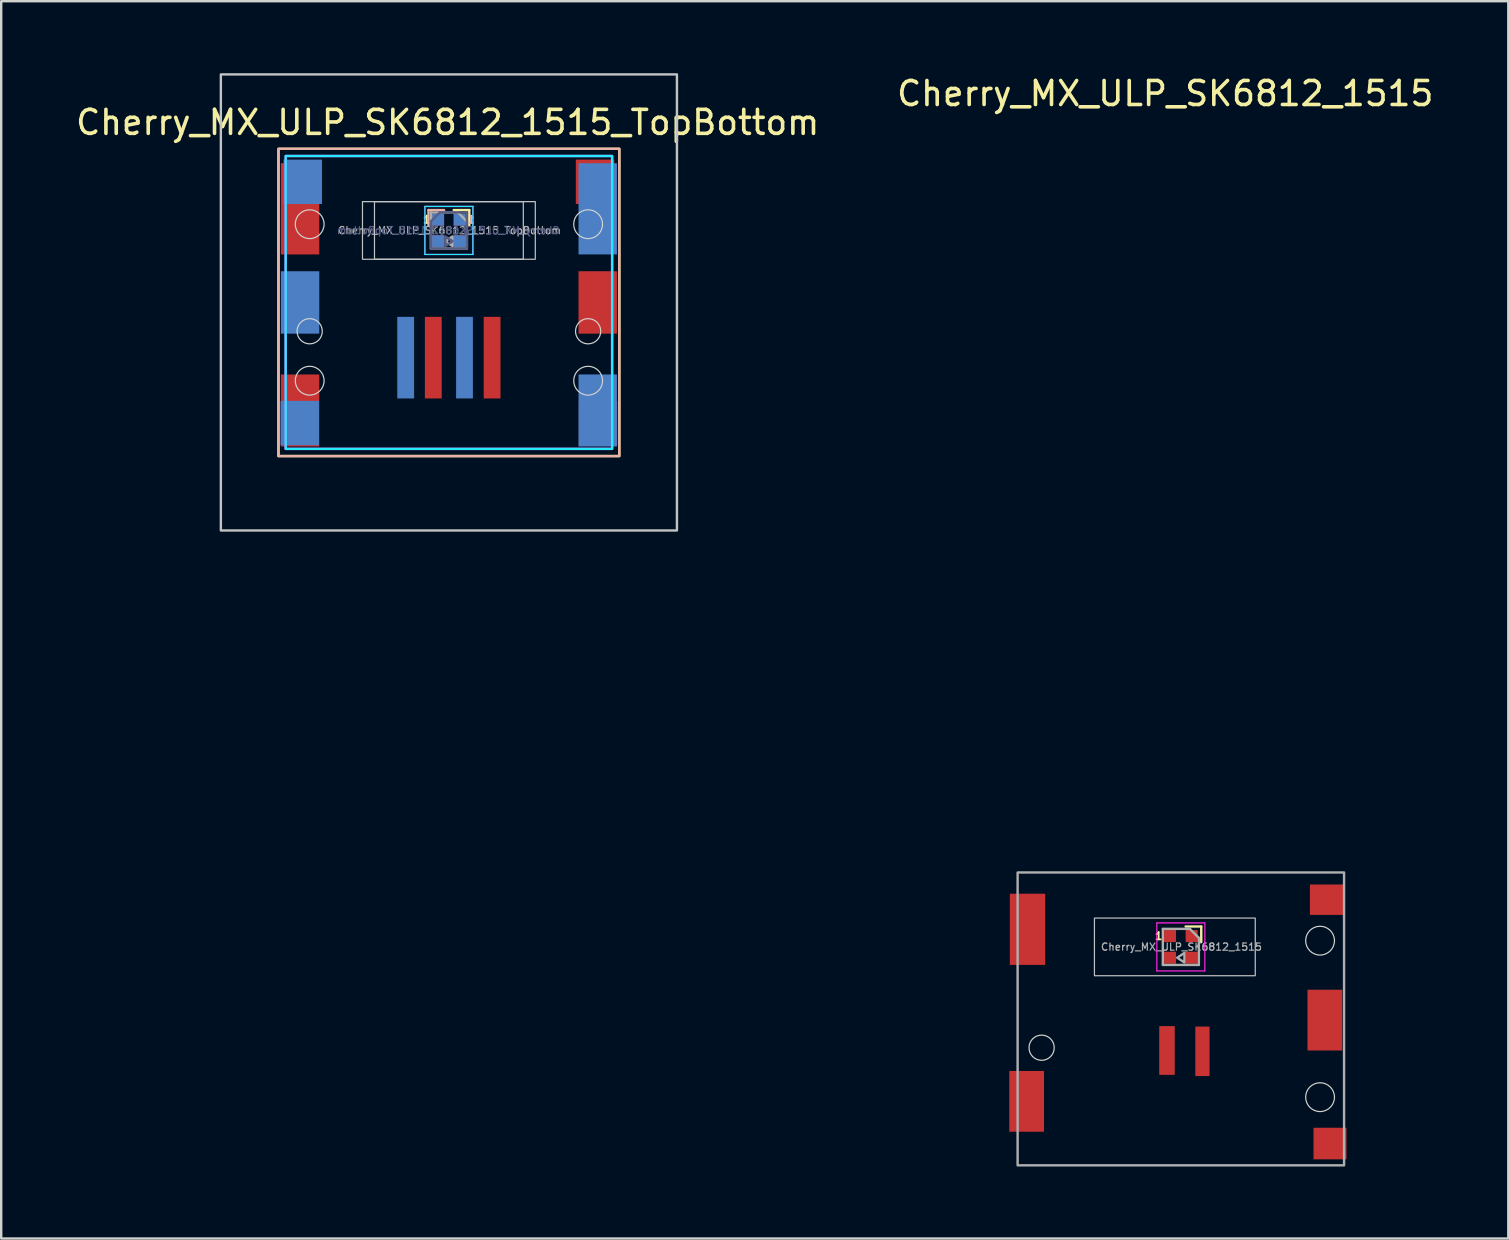
<source format=kicad_pcb>
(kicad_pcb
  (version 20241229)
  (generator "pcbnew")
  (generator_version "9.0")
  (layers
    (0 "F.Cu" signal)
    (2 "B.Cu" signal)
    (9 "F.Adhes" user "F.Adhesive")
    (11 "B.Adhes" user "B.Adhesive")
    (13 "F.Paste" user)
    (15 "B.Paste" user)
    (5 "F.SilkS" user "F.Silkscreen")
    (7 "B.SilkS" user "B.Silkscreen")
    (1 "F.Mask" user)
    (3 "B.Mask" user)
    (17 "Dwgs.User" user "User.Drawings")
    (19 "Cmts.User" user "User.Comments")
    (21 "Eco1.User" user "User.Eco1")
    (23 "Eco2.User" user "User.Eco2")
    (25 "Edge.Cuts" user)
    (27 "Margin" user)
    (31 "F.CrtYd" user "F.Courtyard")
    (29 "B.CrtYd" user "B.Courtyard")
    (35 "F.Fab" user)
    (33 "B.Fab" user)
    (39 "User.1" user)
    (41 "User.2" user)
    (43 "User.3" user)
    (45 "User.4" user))
  (footprint "Cherry_MX_ULP_SK6812_1515_TopBottom"
    (layer "F.Cu")
    (at 15.651 9.55)
    (property "Reference" "Cherry_MX_ULP_SK6812_1515_TopBottom" (at -0.05 -7.5 0) (unlocked yes) (layer "F.SilkS") (effects (font (size 1 1) (thickness 0.15))))
    (attr smd)
    (fp_line (start 0.85 -3.85) (end 0.2 -3.85) (stroke (width 0.1) (type solid)) (layer "F.SilkS"))
    (fp_line (start 0.85 -3.2) (end 0.85 -3.85) (stroke (width 0.1) (type solid)) (layer "F.SilkS"))
    (fp_rect (start -7.1 -6.4) (end 7.1 6.4) (stroke (width 0.1) (type solid)) (fill no) (layer "F.SilkS"))
    (fp_line (start -0.85 -3.85) (end -0.2 -3.85) (stroke (width 0.1) (type solid)) (layer "B.SilkS"))
    (fp_line (start -0.85 -3.2) (end -0.85 -3.85) (stroke (width 0.1) (type solid)) (layer "B.SilkS"))
    (fp_rect (start 7.1 -6.4) (end -7.1 6.4) (stroke (width 0.1) (type solid)) (fill no) (layer "B.SilkS"))
    (fp_rect (start -9.5 -9.5) (end 9.5 9.5) (stroke (width 0.1) (type solid)) (fill no) (layer "Dwgs.User"))
    (fp_rect (start -3.6 -1.8) (end 3.1 -4.2) (stroke (width 0.05) (type solid)) (fill no) (layer "Dwgs.User"))
    (fp_rect (start 3.6 -1.8) (end -3.1 -4.2) (stroke (width 0.05) (type solid)) (fill no) (layer "Dwgs.User"))
    (fp_rect (start -7.5 -7.5) (end 7.5 7.5) (stroke (width 0.12) (type solid)) (fill no) (layer "Eco1.User"))
    (fp_circle (center -5.8 -3.26) (end -6.4 -3.26) (stroke (width 0.05) (type solid)) (fill no) (layer "Edge.Cuts"))
    (fp_circle (center -5.8 1.2) (end -5.275 1.2) (stroke (width 0.05) (type solid)) (fill no) (layer "Edge.Cuts"))
    (fp_circle (center -5.8 3.26) (end -6.4 3.26) (stroke (width 0.05) (type solid)) (fill no) (layer "Edge.Cuts"))
    (fp_circle (center 5.8 -3.26) (end 6.4 -3.26) (stroke (width 0.05) (type solid)) (fill no) (layer "Edge.Cuts"))
    (fp_circle (center 5.8 1.2) (end 5.275 1.2) (stroke (width 0.05) (type solid)) (fill no) (layer "Edge.Cuts"))
    (fp_circle (center 5.8 3.26) (end 6.4 3.26) (stroke (width 0.05) (type solid)) (fill no) (layer "Edge.Cuts"))
    (fp_line (start -1 -4) (end -1 -2) (stroke (width 0.05) (type solid)) (layer "B.CrtYd"))
    (fp_line (start -1 -2) (end 1 -2) (stroke (width 0.05) (type solid)) (layer "B.CrtYd"))
    (fp_line (start 1 -4) (end -1 -4) (stroke (width 0.05) (type solid)) (layer "B.CrtYd"))
    (fp_line (start 1 -2) (end 1 -4) (stroke (width 0.05) (type solid)) (layer "B.CrtYd"))
    (fp_rect (start 6.8 -6.1) (end -6.8 6.1) (stroke (width 0.1) (type solid)) (fill no) (layer "B.CrtYd"))
    (fp_line (start -1 -4) (end 1 -4) (stroke (width 0.05) (type solid)) (layer "F.CrtYd"))
    (fp_line (start -1 -2) (end -1 -4) (stroke (width 0.05) (type solid)) (layer "F.CrtYd"))
    (fp_line (start 1 -4) (end 1 -2) (stroke (width 0.05) (type solid)) (layer "F.CrtYd"))
    (fp_line (start 1 -2) (end -1 -2) (stroke (width 0.05) (type solid)) (layer "F.CrtYd"))
    (fp_rect (start -6.8 -6.1) (end 6.8 6.1) (stroke (width 0.1) (type solid)) (fill no) (layer "F.CrtYd"))
    (fp_line (start -0.75 -3.375) (end -0.75 -2.25) (stroke (width 0.1) (type solid)) (layer "B.Fab"))
    (fp_line (start -0.75 -2.25) (end 0.75 -2.25) (stroke (width 0.1) (type solid)) (layer "B.Fab"))
    (fp_line (start -0.375 -3.75) (end -0.75 -3.375) (stroke (width 0.1) (type solid)) (layer "B.Fab"))
    (fp_line (start 0.75 -3.75) (end -0.375 -3.75) (stroke (width 0.1) (type solid)) (layer "B.Fab"))
    (fp_line (start 0.75 -2.25) (end 0.75 -3.75) (stroke (width 0.1) (type solid)) (layer "B.Fab"))
    (fp_poly (pts (xy -0.15 -2.75) (xy 0.15 -2.55) (xy -0.15 -2.35)) (stroke (width 0.1) (type solid)) (fill no) (layer "B.Fab"))
    (fp_line (start -0.75 -3.75) (end 0.375 -3.75) (stroke (width 0.1) (type solid)) (layer "F.Fab"))
    (fp_line (start -0.75 -2.25) (end -0.75 -3.75) (stroke (width 0.1) (type solid)) (layer "F.Fab"))
    (fp_line (start 0.375 -3.75) (end 0.75 -3.375) (stroke (width 0.1) (type solid)) (layer "F.Fab"))
    (fp_line (start 0.75 -3.375) (end 0.75 -2.25) (stroke (width 0.1) (type solid)) (layer "F.Fab"))
    (fp_line (start 0.75 -2.25) (end -0.75 -2.25) (stroke (width 0.1) (type solid)) (layer "F.Fab"))
    (fp_poly (pts (xy 0.15 -2.75) (xy -0.15 -2.55) (xy 0.15 -2.35)) (stroke (width 0.1) (type solid)) (fill no) (layer "F.Fab"))
    (fp_text user "1" (at -0.925 -3.45 0) (layer "F.SilkS") (effects (font (size 0.3 0.3) (thickness 0.075))))
    (fp_text user "1" (at 0.925 -3.45 0) (layer "B.SilkS") (effects (font (size 0.3 0.3) (thickness 0.075)) (justify mirror)))
    (fp_text user "Keycap" (at -5.9 -7 0) (unlocked yes) (layer "Eco1.User") (effects (font (size 0.5 0.5) (thickness 0.1))))
    (fp_text user "${REFERENCE}" (at -0.025 -3 0) (layer "B.Fab") (effects (font (size 0.3 0.3) (thickness 0.05)) (justify mirror)))
    (fp_text user "${REFERENCE}" (at 0.025 -3 0) (layer "F.Fab") (effects (font (size 0.3 0.3) (thickness 0.05))))
    (pad "1" smd rect (at -0.45 -3.45) (size 0.5 0.5) (layers "F.Cu" "F.Mask" "F.Paste"))
    (pad "1" smd rect (at 0.45 -3.45) (size 0.5 0.5) (layers "B.Cu" "B.Mask" "B.Paste"))
    (pad "2" smd rect (at -0.45 -2.55) (size 0.5 0.5) (layers "F.Cu" "F.Mask" "F.Paste"))
    (pad "2" smd rect (at 0.45 -2.55) (size 0.5 0.5) (layers "B.Cu" "B.Mask" "B.Paste"))
    (pad "3" smd rect (at -0.45 -2.55) (size 0.5 0.5) (layers "B.Cu" "B.Mask" "B.Paste"))
    (pad "3" smd rect (at 0.45 -2.55) (size 0.5 0.5) (layers "F.Cu" "F.Mask" "F.Paste"))
    (pad "4" smd rect (at -0.45 -3.45) (size 0.5 0.5) (layers "B.Cu" "B.Mask" "B.Paste"))
    (pad "4" smd rect (at 0.45 -3.45) (size 0.5 0.5) (layers "F.Cu" "F.Mask" "F.Paste"))
    (pad "5" smd rect (at -1.8 2.3) (size 0.7 3.4) (layers "B.Cu" "B.Mask" "B.Paste"))
    (pad "5" smd rect (at -0.65 2.3) (size 0.7 3.4) (layers "F.Cu" "F.Mask" "F.Paste"))
    (pad "6" smd rect (at 0.65 2.3) (size 0.7 3.4) (layers "B.Cu" "B.Mask" "B.Paste"))
    (pad "6" smd rect (at 1.8 2.3) (size 0.7 3.4) (layers "F.Cu" "F.Mask" "F.Paste"))
    (pad "7" smd rect (at -6.213 5.025) (size 1.6 1.85) (layers "B.Cu" "B.Mask" "B.Paste"))
    (pad "7" smd rect (at -6.2 -3.9) (size 1.6 3.8) (layers "F.Cu" "F.Mask" "F.Paste"))
    (pad "7" smd rect (at -6.2 0) (size 1.6 2.6) (layers "B.Cu" "B.Mask" "B.Paste"))
    (pad "7" smd rect (at -6.2 4.5) (size 1.6 3) (layers "F.Cu" "F.Mask" "F.Paste"))
    (pad "7" smd rect (at -6.088 -5.025) (size 1.6 1.85) (layers "B.Cu" "B.Mask" "B.Paste"))
    (pad "7" smd rect (at 6.088 -5.025) (size 1.6 1.85) (layers "F.Cu" "F.Mask" "F.Paste"))
    (pad "7" smd rect (at 6.2 -3.9) (size 1.6 3.8) (layers "B.Cu" "B.Mask" "B.Paste"))
    (pad "7" smd rect (at 6.2 0) (size 1.6 2.6) (layers "F.Cu" "F.Mask" "F.Paste"))
    (pad "7" smd rect (at 6.2 4.5) (size 1.6 3) (layers "B.Cu" "B.Mask" "B.Paste"))
    (pad "7" smd rect (at 6.213 5.025) (size 1.6 1.85) (layers "F.Cu" "F.Mask" "F.Paste"))
    (zone (net_name "") (layer "Dwgs.User") (hatch edge 0.508) (connect_pads) (min_thickness 0.254) (filled_areas_thickness no) (keepout (tracks not_allowed) (vias not_allowed) (pads not_allowed) (copperpour not_allowed) (footprints allowed)) (placement (enabled no)) (fill) (polygon (pts (xy 14.451 13.75) (xy 10.651 13.75) (xy 10.651 11.75) (xy 14.451 11.75))))
    (zone (net_name "") (layer "Dwgs.User") (hatch edge 0.508) (connect_pads) (min_thickness 0.254) (filled_areas_thickness no) (keepout (tracks not_allowed) (vias not_allowed) (pads not_allowed) (copperpour not_allowed) (footprints allowed)) (placement (enabled no)) (fill) (polygon (pts (xy 16.851 13.75) (xy 20.651 13.75) (xy 20.651 11.75) (xy 16.851 11.75)))))
  (footprint "Cherry_MX_ULP_SK6812_1515"
    (layer "F.Cu")
    (at 46.144 39.398)
    (property "Reference" "Cherry_MX_ULP_SK6812_1515" (at -0.65 -38.55 0) (unlocked yes) (layer "F.SilkS") (effects (font (size 1 1) (thickness 0.15))))
    (attr smd)
    (fp_line (start 0.85 -3.85) (end 0.2 -3.85) (stroke (width 0.1) (type solid)) (layer "F.SilkS"))
    (fp_line (start 0.85 -3.2) (end 0.85 -3.85) (stroke (width 0.1) (type solid)) (layer "F.SilkS"))
    (fp_rect (start -3.6 -1.8) (end 3.1 -4.2) (stroke (width 0.05) (type solid)) (fill no) (layer "Dwgs.User"))
    (fp_circle (center -5.8 1.2) (end -5.275 1.2) (stroke (width 0.05) (type solid)) (fill no) (layer "Edge.Cuts"))
    (fp_circle (center 5.8 -3.26) (end 6.4 -3.26) (stroke (width 0.05) (type solid)) (fill no) (layer "Edge.Cuts"))
    (fp_circle (center 5.8 3.26) (end 6.4 3.26) (stroke (width 0.05) (type solid)) (fill no) (layer "Edge.Cuts"))
    (fp_line (start -1 -4) (end 1 -4) (stroke (width 0.05) (type solid)) (layer "F.CrtYd"))
    (fp_line (start -1 -2) (end -1 -4) (stroke (width 0.05) (type solid)) (layer "F.CrtYd"))
    (fp_line (start 1 -4) (end 1 -2) (stroke (width 0.05) (type solid)) (layer "F.CrtYd"))
    (fp_line (start 1 -2) (end -1 -2) (stroke (width 0.05) (type solid)) (layer "F.CrtYd"))
    (fp_line (start -0.75 -3.75) (end 0.375 -3.75) (stroke (width 0.1) (type solid)) (layer "F.Fab"))
    (fp_line (start -0.75 -2.25) (end -0.75 -3.75) (stroke (width 0.1) (type solid)) (layer "F.Fab"))
    (fp_line (start 0.375 -3.75) (end 0.75 -3.375) (stroke (width 0.1) (type solid)) (layer "F.Fab"))
    (fp_line (start 0.75 -3.375) (end 0.75 -2.25) (stroke (width 0.1) (type solid)) (layer "F.Fab"))
    (fp_line (start 0.75 -2.25) (end -0.75 -2.25) (stroke (width 0.1) (type solid)) (layer "F.Fab"))
    (fp_rect (start -6.8 -6.1) (end 6.8 6.1) (stroke (width 0.1) (type solid)) (fill no) (layer "F.Fab"))
    (fp_poly (pts (xy 0.15 -2.75) (xy -0.15 -2.55) (xy 0.15 -2.35)) (stroke (width 0.1) (type solid)) (fill no) (layer "F.Fab"))
    (fp_text user "1" (at -0.925 -3.45 0) (layer "F.SilkS") (effects (font (size 0.3 0.3) (thickness 0.075))))
    (fp_text user "${REFERENCE}" (at 0.025 -3 0) (layer "F.Fab") (effects (font (size 0.3 0.3) (thickness 0.05))))
    (pad "1" smd rect (at -0.45 -3.45) (size 0.5 0.5) (layers "F.Cu" "F.Mask" "F.Paste"))
    (pad "2" smd rect (at -0.45 -2.55) (size 0.5 0.5) (layers "F.Cu" "F.Mask" "F.Paste"))
    (pad "3" smd rect (at 0.45 -2.55) (size 0.5 0.5) (layers "F.Cu" "F.Mask" "F.Paste"))
    (pad "4" smd rect (at 0.45 -3.45) (size 0.5 0.5) (layers "F.Cu" "F.Mask" "F.Paste"))
    (pad "5" smd rect (at -0.577 1.315) (size 0.646 2.031) (layers "F.Cu" "F.Mask" "F.Paste"))
    (pad "6" smd rect (at 0.9 1.35) (size 0.593 2.062) (layers "F.Cu" "F.Mask" "F.Paste"))
    (pad "7" smd rect (at -6.423 3.434) (size 1.446 2.531) (layers "F.Cu" "F.Mask" "F.Paste"))
    (pad "7" smd rect (at -6.387 -3.733) (size 1.473 2.966) (layers "F.Cu" "F.Mask" "F.Paste"))
    (pad "7" smd rect (at 6 0.05) (size 1.446 2.531) (layers "F.Cu" "F.Mask" "F.Paste"))
    (pad "7" smd rect (at 6.088 -4.967) (size 1.423 1.266) (layers "F.Cu" "F.Mask" "F.Paste"))
    (pad "7" smd rect (at 6.213 5.192) (size 1.373 1.315) (layers "F.Cu" "F.Mask" "F.Paste"))
    (zone (net_name "") (layer "Dwgs.User") (hatch edge 0.508) (connect_pads) (min_thickness 0.254) (filled_areas_thickness no) (keepout (tracks not_allowed) (vias not_allowed) (pads not_allowed) (copperpour not_allowed) (footprints allowed)) (placement (enabled no)) (fill) (polygon (pts (xy 44.594 43.098) (xy 41.194 43.098) (xy 41.194 41.598) (xy 44.594 41.598)))))
  (gr_rect
    (start -3 -3)
    (end 59.786 48.548)
    (stroke (width 0.1) (type default))
    (fill no)
    (layer "Edge.Cuts")))
</source>
